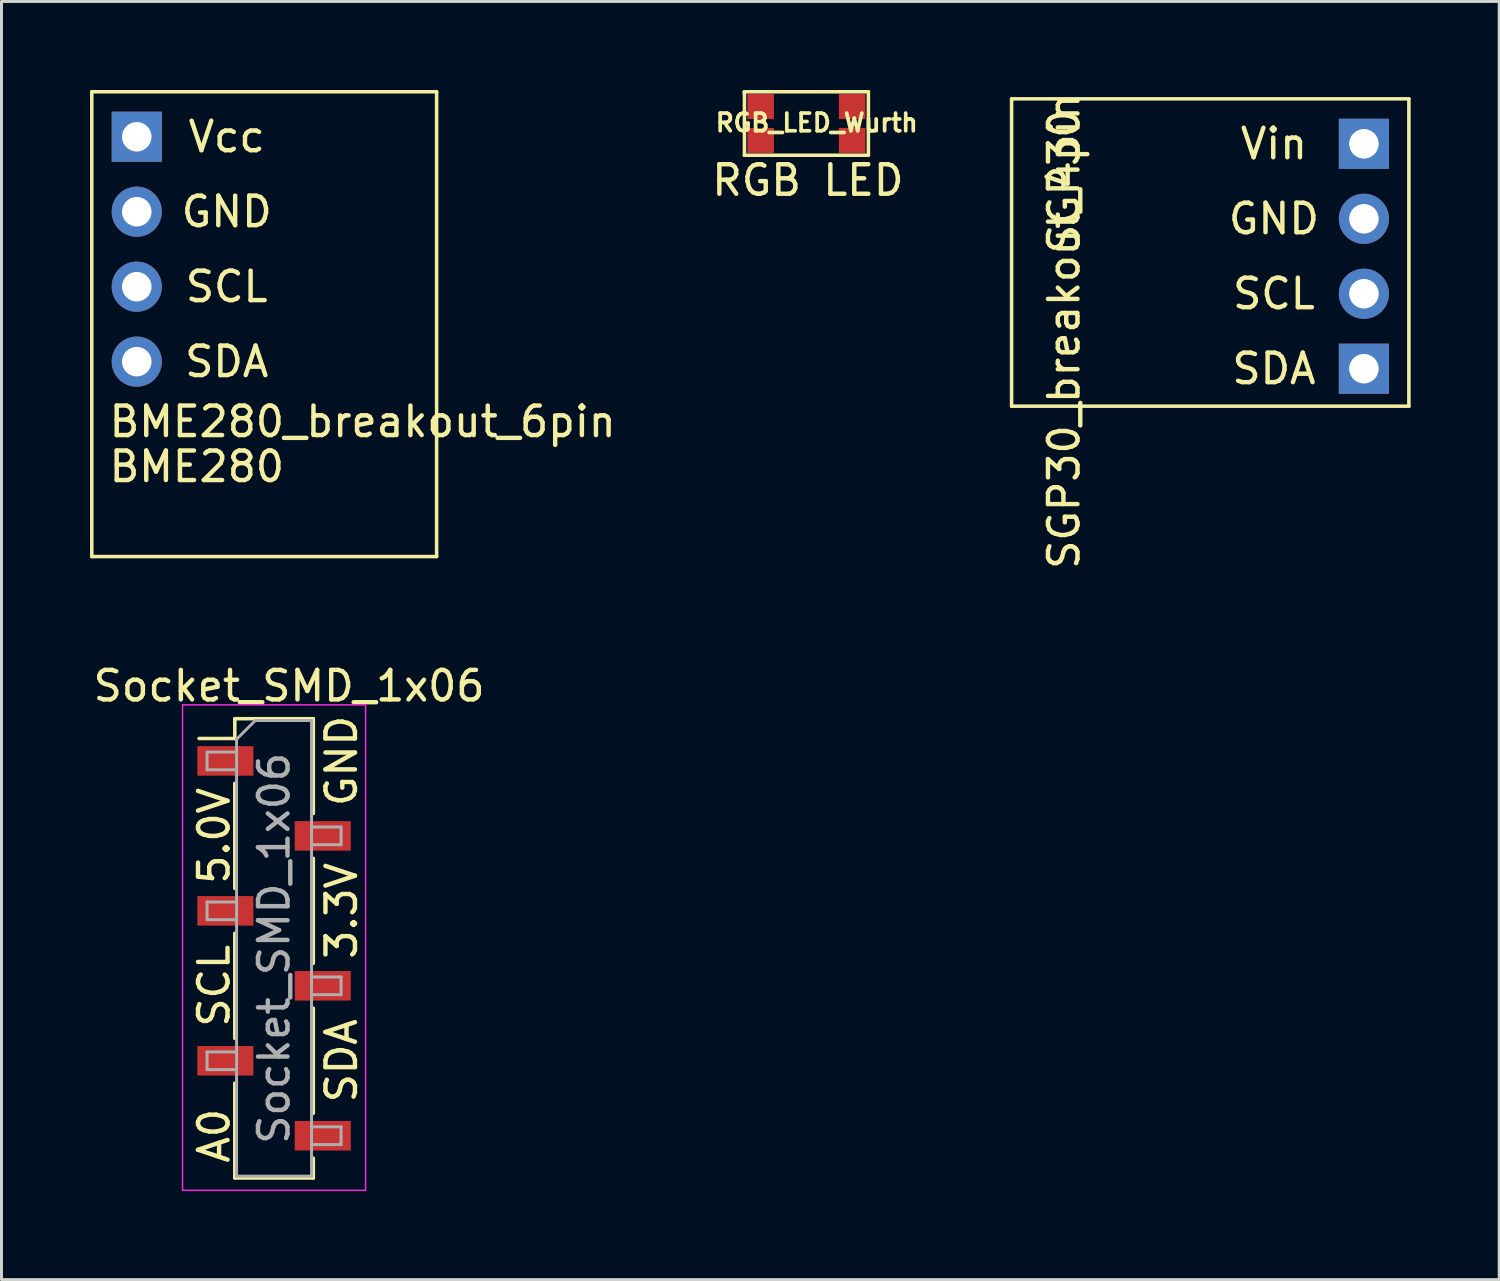
<source format=kicad_pcb>
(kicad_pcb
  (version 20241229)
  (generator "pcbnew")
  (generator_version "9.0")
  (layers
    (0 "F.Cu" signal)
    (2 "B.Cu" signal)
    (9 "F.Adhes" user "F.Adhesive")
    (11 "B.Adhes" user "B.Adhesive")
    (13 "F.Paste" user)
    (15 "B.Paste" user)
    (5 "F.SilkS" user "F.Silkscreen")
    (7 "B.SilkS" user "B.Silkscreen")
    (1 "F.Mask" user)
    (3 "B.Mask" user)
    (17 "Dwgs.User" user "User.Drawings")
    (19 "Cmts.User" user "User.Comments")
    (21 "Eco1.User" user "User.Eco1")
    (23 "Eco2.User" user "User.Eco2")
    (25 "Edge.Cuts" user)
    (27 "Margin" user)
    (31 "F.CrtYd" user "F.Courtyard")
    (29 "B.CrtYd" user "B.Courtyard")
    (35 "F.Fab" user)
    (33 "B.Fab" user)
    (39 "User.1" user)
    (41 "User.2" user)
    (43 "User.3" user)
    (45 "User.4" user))
  (footprint "SGP30_breakout_4pin"
    (layer "F.Cu")
    (at 43.164 1.823)
    (property "Reference" "SGP30_breakout_4pin" (at -10.16 6.35 90) (layer "F.SilkS") (effects (font (size 1 1) (thickness 0.15))))
    (attr through_hole)
    (fp_line (start -11.938 8.89) (end -11.938 -1.524) (stroke (width 0.12) (type solid)) (layer "F.SilkS"))
    (fp_line (start 1.524 -1.524) (end -11.938 -1.524) (stroke (width 0.12) (type solid)) (layer "F.SilkS"))
    (fp_line (start 1.524 -1.524) (end 1.524 8.89) (stroke (width 0.12) (type solid)) (layer "F.SilkS"))
    (fp_line (start 1.524 8.89) (end -11.938 8.89) (stroke (width 0.12) (type solid)) (layer "F.SilkS"))
    (fp_text user "GND" (at -3.048 2.54 0) (layer "F.SilkS") (effects (font (size 1 1) (thickness 0.15))))
    (fp_text user "SCL" (at -3.048 5.08 0) (layer "F.SilkS") (effects (font (size 1 1) (thickness 0.15))))
    (fp_text user "SDA" (at -3.048 7.62 0) (layer "F.SilkS") (effects (font (size 1 1) (thickness 0.15))))
    (fp_text user "Vin" (at -3.048 0 0) (layer "F.SilkS") (effects (font (size 1 1) (thickness 0.15))))
    (fp_text user "SGP30" (at -10.16 1.27 90) (layer "F.SilkS") (effects (font (size 1 1) (thickness 0.15))))
    (pad "1" thru_hole rect (at 0 0) (size 1.7 1.7) (drill 1) (layers "*.Cu" "*.Mask"))
    (pad "2" thru_hole circle (at 0 2.54) (size 1.7 1.7) (drill 1) (layers "*.Cu" "*.Mask"))
    (pad "3" thru_hole circle (at 0 5.08) (size 1.7 1.7) (drill 1) (layers "*.Cu" "*.Mask"))
    (pad "4" thru_hole rect (at 0 7.62) (size 1.7 1.7) (drill 1) (layers "*.Cu" "*.Mask")))
  (footprint "Socket_SMD_1x06"
    (layer "F.Cu")
    (at 6.744 27.813)
    (property "Reference" "Socket_SMD_1x06" (at 0 -7.62 0) (layer "F.SilkS") (effects (font (size 1 1) (thickness 0.15))))
    (attr through_hole)
    (fp_line (start -3.048 -5.84) (end -1.838 -5.84) (stroke (width 0.12) (type solid)) (layer "F.SilkS"))
    (fp_line (start -1.838 -6.51) (end -1.838 -5.84) (stroke (width 0.12) (type solid)) (layer "F.SilkS"))
    (fp_line (start -1.838 -6.51) (end 0.822 -6.51) (stroke (width 0.12) (type solid)) (layer "F.SilkS"))
    (fp_line (start -1.838 -4.32) (end -1.838 -0.76) (stroke (width 0.12) (type solid)) (layer "F.SilkS"))
    (fp_line (start -1.838 0.76) (end -1.838 4.32) (stroke (width 0.12) (type solid)) (layer "F.SilkS"))
    (fp_line (start -1.838 5.84) (end -1.838 9.05) (stroke (width 0.12) (type solid)) (layer "F.SilkS"))
    (fp_line (start -1.838 9.05) (end 0.822 9.05) (stroke (width 0.12) (type solid)) (layer "F.SilkS"))
    (fp_line (start 0.822 -6.51) (end 0.822 -3.3) (stroke (width 0.12) (type solid)) (layer "F.SilkS"))
    (fp_line (start 0.822 -1.78) (end 0.822 1.78) (stroke (width 0.12) (type solid)) (layer "F.SilkS"))
    (fp_line (start 0.822 3.3) (end 0.822 6.86) (stroke (width 0.12) (type solid)) (layer "F.SilkS"))
    (fp_line (start 0.822 8.38) (end 0.822 9.05) (stroke (width 0.12) (type solid)) (layer "F.SilkS"))
    (fp_line (start -3.608 -6.98) (end 2.592 -6.98) (stroke (width 0.05) (type solid)) (layer "F.CrtYd"))
    (fp_line (start -3.608 9.47) (end -3.608 -6.98) (stroke (width 0.05) (type solid)) (layer "F.CrtYd"))
    (fp_line (start 2.592 -6.98) (end 2.592 9.47) (stroke (width 0.05) (type solid)) (layer "F.CrtYd"))
    (fp_line (start 2.592 9.47) (end -3.608 9.47) (stroke (width 0.05) (type solid)) (layer "F.CrtYd"))
    (fp_line (start -2.778 -5.38) (end -1.778 -5.38) (stroke (width 0.1) (type solid)) (layer "F.Fab"))
    (fp_line (start -2.778 -4.78) (end -2.778 -5.38) (stroke (width 0.1) (type solid)) (layer "F.Fab"))
    (fp_line (start -2.778 -0.3) (end -1.778 -0.3) (stroke (width 0.1) (type solid)) (layer "F.Fab"))
    (fp_line (start -2.778 0.3) (end -2.778 -0.3) (stroke (width 0.1) (type solid)) (layer "F.Fab"))
    (fp_line (start -2.778 4.78) (end -1.778 4.78) (stroke (width 0.1) (type solid)) (layer "F.Fab"))
    (fp_line (start -2.778 5.38) (end -2.778 4.78) (stroke (width 0.1) (type solid)) (layer "F.Fab"))
    (fp_line (start -1.778 -5.815) (end -1.143 -6.45) (stroke (width 0.1) (type solid)) (layer "F.Fab"))
    (fp_line (start -1.778 -4.78) (end -2.778 -4.78) (stroke (width 0.1) (type solid)) (layer "F.Fab"))
    (fp_line (start -1.778 0.3) (end -2.778 0.3) (stroke (width 0.1) (type solid)) (layer "F.Fab"))
    (fp_line (start -1.778 5.38) (end -2.778 5.38) (stroke (width 0.1) (type solid)) (layer "F.Fab"))
    (fp_line (start -1.778 8.99) (end -1.778 -5.815) (stroke (width 0.1) (type solid)) (layer "F.Fab"))
    (fp_line (start -1.143 -6.45) (end 0.762 -6.45) (stroke (width 0.1) (type solid)) (layer "F.Fab"))
    (fp_line (start 0.762 -6.45) (end 0.762 8.99) (stroke (width 0.1) (type solid)) (layer "F.Fab"))
    (fp_line (start 0.762 -2.84) (end 1.762 -2.84) (stroke (width 0.1) (type solid)) (layer "F.Fab"))
    (fp_line (start 0.762 2.24) (end 1.762 2.24) (stroke (width 0.1) (type solid)) (layer "F.Fab"))
    (fp_line (start 0.762 7.32) (end 1.762 7.32) (stroke (width 0.1) (type solid)) (layer "F.Fab"))
    (fp_line (start 0.762 8.99) (end -1.778 8.99) (stroke (width 0.1) (type solid)) (layer "F.Fab"))
    (fp_line (start 1.762 -2.84) (end 1.762 -2.24) (stroke (width 0.1) (type solid)) (layer "F.Fab"))
    (fp_line (start 1.762 -2.24) (end 0.762 -2.24) (stroke (width 0.1) (type solid)) (layer "F.Fab"))
    (fp_line (start 1.762 2.24) (end 1.762 2.84) (stroke (width 0.1) (type solid)) (layer "F.Fab"))
    (fp_line (start 1.762 2.84) (end 0.762 2.84) (stroke (width 0.1) (type solid)) (layer "F.Fab"))
    (fp_line (start 1.762 7.32) (end 1.762 7.92) (stroke (width 0.1) (type solid)) (layer "F.Fab"))
    (fp_line (start 1.762 7.92) (end 0.762 7.92) (stroke (width 0.1) (type solid)) (layer "F.Fab"))
    (fp_text user "5.0V" (at -2.54 -2.54 90) (layer "F.SilkS") (effects (font (size 1 1) (thickness 0.15))))
    (fp_text user "A0" (at -2.54 7.62 90) (layer "F.SilkS") (effects (font (size 1 1) (thickness 0.15))))
    (fp_text user "SDA" (at 1.778 5.08 90) (layer "F.SilkS") (effects (font (size 1 1) (thickness 0.15))))
    (fp_text user "GND" (at 1.778 -5.08 90) (layer "F.SilkS") (effects (font (size 1 1) (thickness 0.15))))
    (fp_text user "SCL" (at -2.54 2.54 90) (layer "F.SilkS") (effects (font (size 1 1) (thickness 0.15))))
    (fp_text user "3.3V" (at 1.778 0 90) (layer "F.SilkS") (effects (font (size 1 1) (thickness 0.15))))
    (fp_text user "${REFERENCE}" (at -0.508 1.27 90) (layer "F.Fab") (effects (font (size 1 1) (thickness 0.15))))
    (pad "1" smd rect (at -2.158 -5.08) (size 1.9 1) (layers "F.Cu" "F.Mask" "F.Paste"))
    (pad "2" smd rect (at 1.142 -2.54) (size 1.9 1) (layers "F.Cu" "F.Mask" "F.Paste"))
    (pad "3" smd rect (at -2.158 0) (size 1.9 1) (layers "F.Cu" "F.Mask" "F.Paste"))
    (pad "4" smd rect (at 1.142 2.54) (size 1.9 1) (layers "F.Cu" "F.Mask" "F.Paste"))
    (pad "5" smd rect (at -2.158 5.08) (size 1.9 1) (layers "F.Cu" "F.Mask" "F.Paste"))
    (pad "6" smd rect (at 1.142 7.62) (size 1.9 1) (layers "F.Cu" "F.Mask" "F.Paste")))
  (footprint "BME280_breakout_6pin"
    (layer "F.Cu")
    (at 0.568 10.22)
    (property "Reference" "BME280_breakout_6pin" (at 0 1.016 0) (layer "F.SilkS") (effects (font (size 1 1) (thickness 0.15)) (justify left)))
    (attr through_hole)
    (fp_line (start -0.508 -10.16) (end 11.176 -10.16) (stroke (width 0.12) (type solid)) (layer "F.SilkS"))
    (fp_line (start -0.508 5.588) (end -0.508 -10.16) (stroke (width 0.12) (type solid)) (layer "F.SilkS"))
    (fp_line (start 11.176 -10.16) (end 11.176 5.588) (stroke (width 0.12) (type solid)) (layer "F.SilkS"))
    (fp_line (start 11.176 5.588) (end -0.508 5.588) (stroke (width 0.12) (type solid)) (layer "F.SilkS"))
    (fp_text user "GND" (at 4.064 -6.096 0) (layer "F.SilkS") (effects (font (size 1 1) (thickness 0.15))))
    (fp_text user "Vcc" (at 4.064 -8.636 0) (layer "F.SilkS") (effects (font (size 1 1) (thickness 0.15))))
    (fp_text user "BME280" (at 0 2.54 0) (layer "F.SilkS") (effects (font (size 1 1) (thickness 0.15)) (justify left)))
    (fp_text user "SDA" (at 4.064 -1.016 0) (layer "F.SilkS") (effects (font (size 1 1) (thickness 0.15))))
    (fp_text user "SCL" (at 4.064 -3.556 0) (layer "F.SilkS") (effects (font (size 1 1) (thickness 0.15))))
    (pad "1" thru_hole rect (at 1.016 -8.636) (size 1.7 1.7) (drill 1) (layers "*.Cu" "*.Mask"))
    (pad "2" thru_hole oval (at 1.016 -6.096) (size 1.7 1.7) (drill 1) (layers "*.Cu" "*.Mask"))
    (pad "3" thru_hole oval (at 1.016 -3.556) (size 1.7 1.7) (drill 1) (layers "*.Cu" "*.Mask"))
    (pad "4" thru_hole oval (at 1.016 -1.016) (size 1.7 1.7) (drill 1) (layers "*.Cu" "*.Mask")))
  (footprint "RGB_LED_Wurth"
    (layer "F.Cu")
    (at 22.724 0.46)
    (property "Reference" "RGB_LED_Wurth" (at 1.9 0.65 0) (layer "F.SilkS") (effects (font (size 0.6 0.6) (thickness 0.125))))
    (attr through_hole)
    (fp_line (start -0.55 -0.4) (end 3.65 -0.4) (stroke (width 0.12) (type solid)) (layer "F.SilkS"))
    (fp_line (start -0.55 -0.35) (end -0.55 -0.4) (stroke (width 0.12) (type solid)) (layer "F.SilkS"))
    (fp_line (start -0.55 1.75) (end -0.55 -0.4) (stroke (width 0.12) (type solid)) (layer "F.SilkS"))
    (fp_line (start 3.65 -0.4) (end 3.65 1.75) (stroke (width 0.12) (type solid)) (layer "F.SilkS"))
    (fp_line (start 3.65 1.75) (end -0.55 1.75) (stroke (width 0.12) (type solid)) (layer "F.SilkS"))
    (fp_text user "RGB LED" (at 1.6 2.6 0) (layer "F.SilkS") (effects (font (size 1 1) (thickness 0.15))))
    (pad "1" smd rect (at 0 1.25) (size 0.9 0.85) (layers "F.Cu" "F.Mask" "F.Paste"))
    (pad "2" smd rect (at 0 0.1) (size 0.9 0.85) (layers "F.Cu" "F.Mask" "F.Paste"))
    (pad "3" smd rect (at 3.1 0.1) (size 0.9 0.85) (layers "F.Cu" "F.Mask" "F.Paste"))
    (pad "4" smd rect (at 3.1 1.25) (size 0.9 0.85) (layers "F.Cu" "F.Mask" "F.Paste")))
  (gr_rect
    (start -3 -3)
    (end 47.748 40.308)
    (stroke (width 0.1) (type default))
    (fill no)
    (layer "Edge.Cuts")))
</source>
